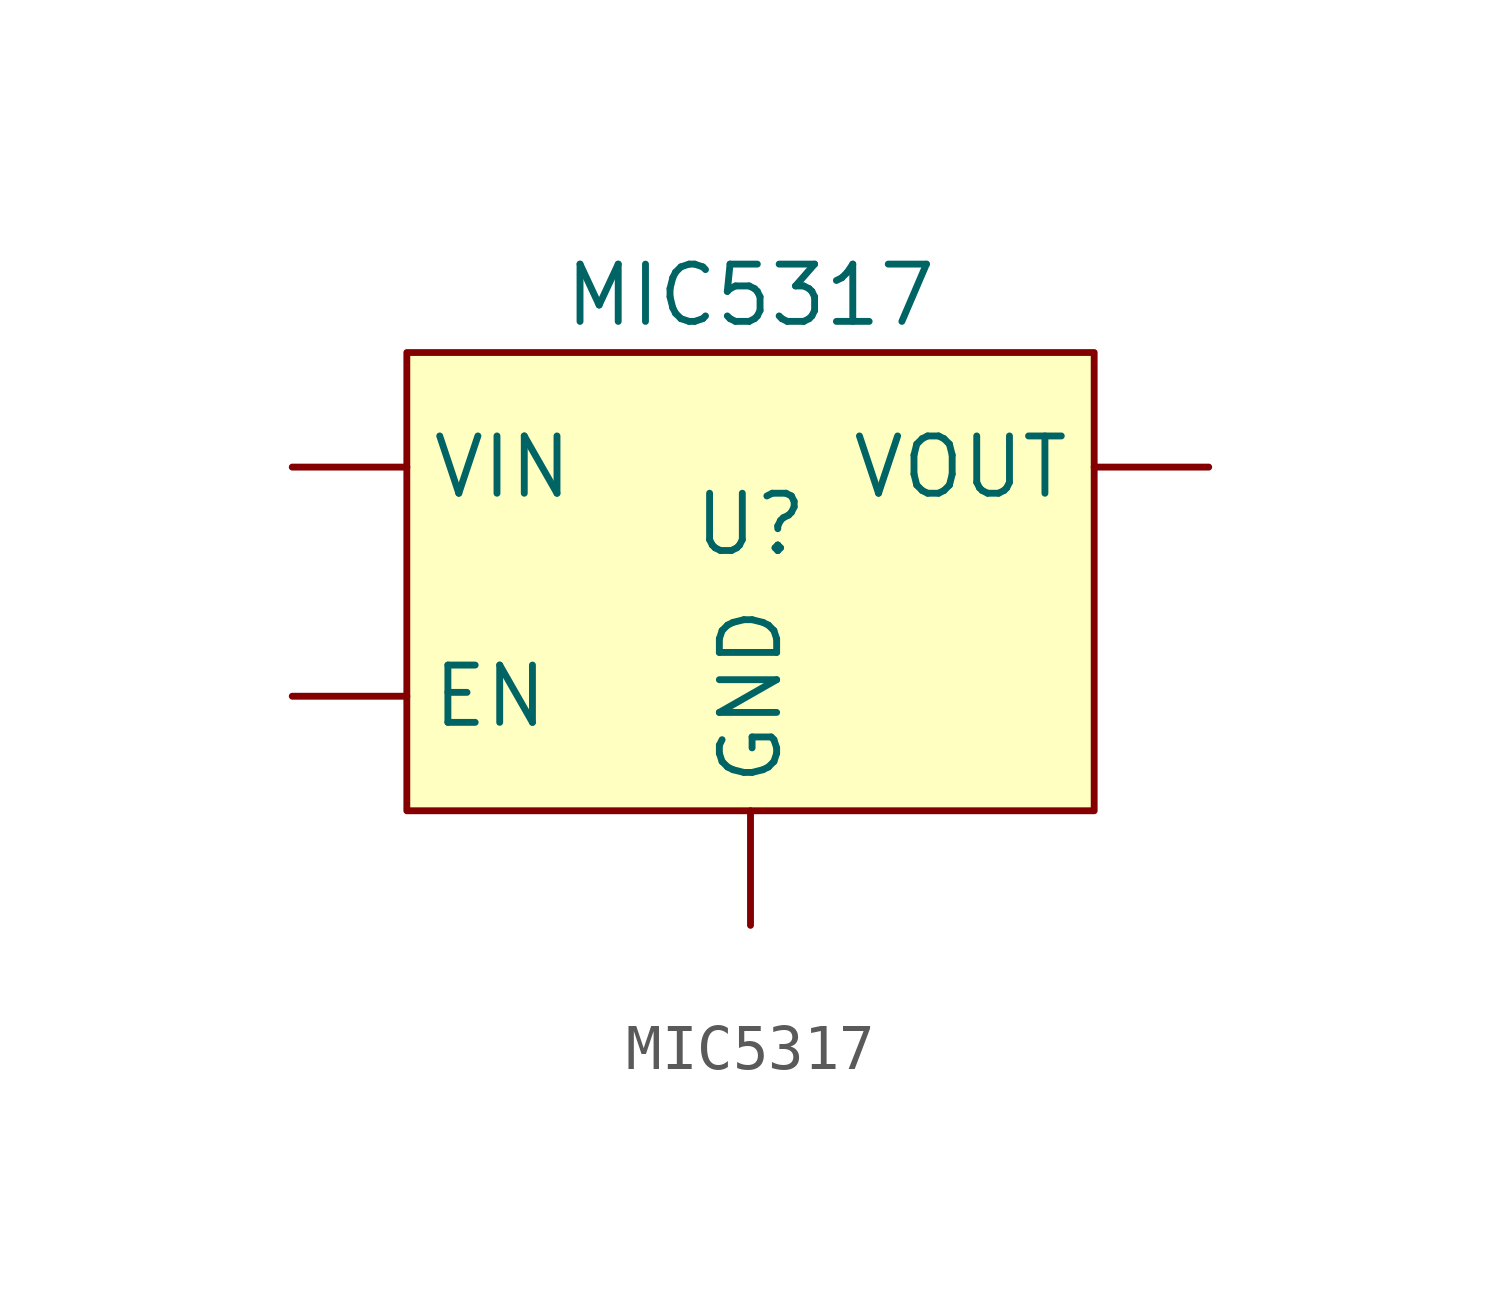
<source format=kicad_sym>
(kicad_symbol_lib
  (version 20211014)
  (generator kicad_symbol_editor)
  (symbol "MIC5317"
    (pin_numbers hide)
    (property "Reference" "U"
      (at 0 1.27 0)
      (effects (font (size 1.27 1.27))))
    (property "Value" "MIC5317"
      (at 0 6.35 0)
      (effects (font (size 1.27 1.27))))
    (symbol "MIC5317_0_1"
      (rectangle (start 7.62 5.08) (end -7.62 -5.08) (stroke (width 0.152) (type default) (color 0 0 0 0)) (fill (type background))))
    (symbol "MIC5317_1_1"
      (pin power_in line (at -10.16 2.54 0) (length 2.54) (name "VIN" (effects (font (size 1.27 1.27)))) (number "1" (effects (font (size 1.27 1.27)))))
      (pin power_in line (at 0 -7.62 90) (length 2.54) (name "GND" (effects (font (size 1.27 1.27)))) (number "2" (effects (font (size 1.27 1.27)))))
      (pin input line (at -10.16 -2.54 0) (length 2.54) (name "EN" (effects (font (size 1.27 1.27)))) (number "3" (effects (font (size 1.27 1.27)))))
      (pin no_connect line (at 5.08 -7.62 90) (length 2.54) hide (name "NC" (effects (font (size 1.27 1.27)))) (number "4" (effects (font (size 1.27 1.27)))))
      (pin power_out line (at 10.16 2.54 180) (length 2.54) (name "VOUT" (effects (font (size 1.27 1.27)))) (number "5" (effects (font (size 1.27 1.27))))))))
</source>
